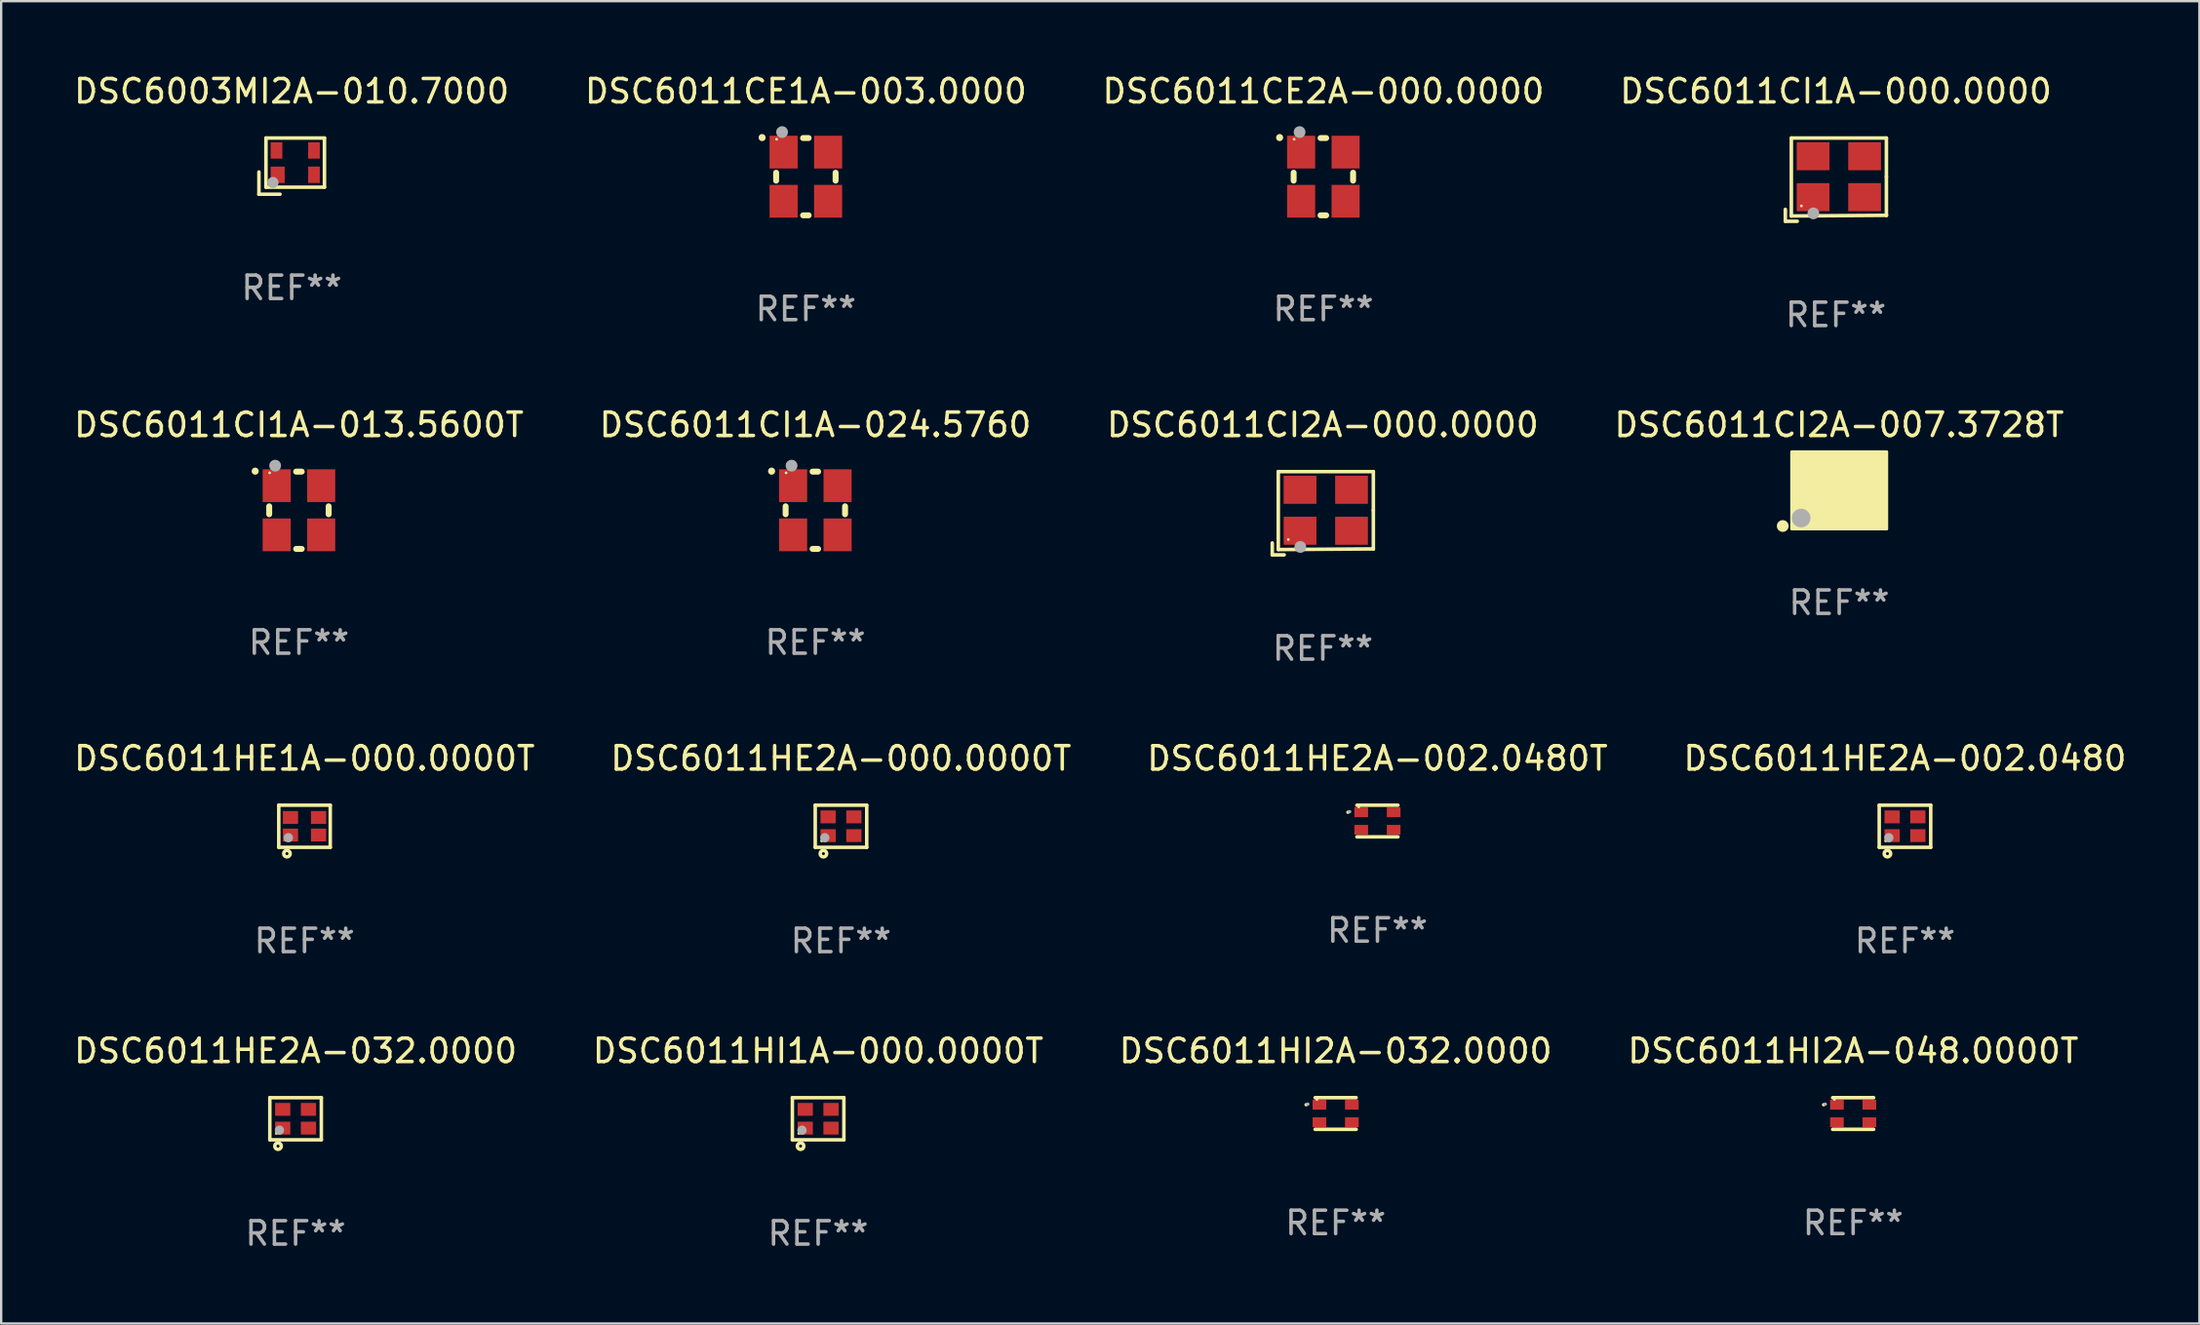
<source format=kicad_pcb>
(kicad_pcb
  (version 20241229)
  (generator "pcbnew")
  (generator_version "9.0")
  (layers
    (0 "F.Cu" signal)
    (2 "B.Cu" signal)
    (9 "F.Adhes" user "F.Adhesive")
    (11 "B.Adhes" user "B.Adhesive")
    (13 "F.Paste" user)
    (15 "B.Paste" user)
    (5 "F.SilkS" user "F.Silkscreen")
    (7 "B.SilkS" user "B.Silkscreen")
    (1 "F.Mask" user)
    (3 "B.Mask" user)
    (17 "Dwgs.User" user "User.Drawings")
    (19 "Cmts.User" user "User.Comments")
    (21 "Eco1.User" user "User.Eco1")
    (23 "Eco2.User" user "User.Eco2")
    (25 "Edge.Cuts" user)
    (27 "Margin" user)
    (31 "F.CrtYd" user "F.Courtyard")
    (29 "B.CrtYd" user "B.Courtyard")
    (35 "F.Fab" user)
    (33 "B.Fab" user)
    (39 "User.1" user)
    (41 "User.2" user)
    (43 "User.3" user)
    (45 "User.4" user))
  (footprint "DSC6011CI1A-013.5600T"
    (layer "F.Cu")
    (at 9.72 18.752)
    (property "Reference" "DSC6011CI1A-013.5600T" (at 0 -3.651 0) (layer "F.SilkS") (effects (font (size 1 1) (thickness 0.15))))
    (attr through_hole)
    (fp_line (start -1.27 -0.169) (end -1.27 0.169) (stroke (width 0.254) (type solid)) (layer "F.SilkS"))
    (fp_line (start 0.119 -1.651) (end -0.119 -1.651) (stroke (width 0.254) (type solid)) (layer "F.SilkS"))
    (fp_line (start 0.119 1.651) (end -0.119 1.651) (stroke (width 0.254) (type solid)) (layer "F.SilkS"))
    (fp_line (start 1.27 -0.169) (end 1.27 0.169) (stroke (width 0.254) (type solid)) (layer "F.SilkS"))
    (fp_arc (start -1.868631 -1.669799) (mid -1.868636 -1.671069) (end -1.868631 -1.672339) (stroke (width 0.3) (type solid)) (layer "F.SilkS"))
    (fp_circle (center -1.25 -1.6) (end -1.22 -1.6) (stroke (width 0.06) (type solid)) (fill no) (layer "F.SilkS"))
    (fp_circle (center -1.016 -1.905) (end -0.889 -1.905) (stroke (width 0.254) (type solid)) (fill no) (layer "F.Fab"))
    (fp_text user "REF**" (at 0 5.651 0) (layer "F.Fab") (effects (font (size 1 1) (thickness 0.15))))
    (pad "1" smd rect (at -0.95 -1.05 90) (size 1.4 1.2) (layers "F.Cu" "F.Mask" "F.Paste"))
    (pad "2" smd rect (at -0.95 1.05 90) (size 1.4 1.2) (layers "F.Cu" "F.Mask" "F.Paste"))
    (pad "3" smd rect (at 0.95 1.05 90) (size 1.4 1.2) (layers "F.Cu" "F.Mask" "F.Paste"))
    (pad "4" smd rect (at 0.95 -1.05 90) (size 1.4 1.2) (layers "F.Cu" "F.Mask" "F.Paste")))
  (footprint "DSC6011HE1A-000.0000T"
    (layer "F.Cu")
    (at 9.958 32.253)
    (property "Reference" "DSC6011HE1A-000.0000T" (at 0 -2.9 0) (layer "F.SilkS") (effects (font (size 1 1) (thickness 0.15))))
    (attr through_hole)
    (fp_line (start -1.1 -0.9) (end -1.1 0.9) (stroke (width 0.15) (type solid)) (layer "F.SilkS"))
    (fp_line (start -1.1 -0.9) (end 1.1 -0.9) (stroke (width 0.15) (type solid)) (layer "F.SilkS"))
    (fp_line (start -1.1 0.9) (end 1.1 0.9) (stroke (width 0.15) (type solid)) (layer "F.SilkS"))
    (fp_line (start 1.1 -0.9) (end 1.1 0.9) (stroke (width 0.15) (type solid)) (layer "F.SilkS"))
    (fp_circle (center -0.8 0.6) (end -0.77 0.6) (stroke (width 0.06) (type solid)) (fill no) (layer "F.SilkS"))
    (fp_circle (center -0.75 1.17) (end -0.686 1.17) (stroke (width 0.15) (type solid)) (fill no) (layer "F.SilkS"))
    (fp_circle (center -0.69 0.49) (end -0.59 0.49) (stroke (width 0.2) (type solid)) (fill no) (layer "F.Fab"))
    (fp_text user "REF**" (at 0 4.9 0) (layer "F.Fab") (effects (font (size 1 1) (thickness 0.15))))
    (pad "1" smd rect (at -0.6 0.375) (size 0.65 0.55) (layers "F.Cu" "F.Mask" "F.Paste"))
    (pad "2" smd rect (at 0.6 0.375) (size 0.65 0.55) (layers "F.Cu" "F.Mask" "F.Paste"))
    (pad "3" smd rect (at 0.6 -0.375) (size 0.65 0.55) (layers "F.Cu" "F.Mask" "F.Paste"))
    (pad "4" smd rect (at -0.6 -0.375) (size 0.65 0.55) (layers "F.Cu" "F.Mask" "F.Paste")))
  (footprint "DSC6003MI2A-010.7000"
    (layer "F.Cu")
    (at 9.411 4.048)
    (property "Reference" "DSC6003MI2A-010.7000" (at 0 -3.2 0) (layer "F.SilkS") (effects (font (size 1 1) (thickness 0.15))))
    (attr through_hole)
    (fp_line (start -1.4 0.25) (end -1.4 1.2) (stroke (width 0.152) (type solid)) (layer "F.SilkS"))
    (fp_line (start -1.4 1.2) (end -0.5 1.2) (stroke (width 0.152) (type solid)) (layer "F.SilkS"))
    (fp_line (start -1.1 -1.2) (end -1.1 0.9) (stroke (width 0.152) (type solid)) (layer "F.SilkS"))
    (fp_line (start -1.1 -1.2) (end 1.4 -1.2) (stroke (width 0.152) (type solid)) (layer "F.SilkS"))
    (fp_line (start -1.1 0.9) (end 1.4 0.9) (stroke (width 0.152) (type solid)) (layer "F.SilkS"))
    (fp_line (start 1.4 0.9) (end 1.4 -1.2) (stroke (width 0.152) (type solid)) (layer "F.SilkS"))
    (fp_circle (center -0.85 0.65) (end -0.82 0.65) (stroke (width 0.06) (type solid)) (fill no) (layer "F.SilkS"))
    (fp_circle (center -0.8 0.7) (end -0.68 0.7) (stroke (width 0.24) (type solid)) (fill no) (layer "F.Fab"))
    (fp_text user "REF**" (at 0 5.2 0) (layer "F.Fab") (effects (font (size 1 1) (thickness 0.15))))
    (pad "1" smd rect (at -0.6 0.37) (size 0.6 0.7) (layers "F.Cu" "F.Mask" "F.Paste"))
    (pad "2" smd rect (at 0.95 0.37) (size 0.5 0.7) (layers "F.Cu" "F.Mask" "F.Paste"))
    (pad "3" smd rect (at 0.95 -0.67) (size 0.5 0.7) (layers "F.Cu" "F.Mask" "F.Paste"))
    (pad "4" smd rect (at -0.65 -0.67) (size 0.5 0.7) (layers "F.Cu" "F.Mask" "F.Paste")))
  (footprint "DSC6011HE2A-002.0480"
    (layer "F.Cu")
    (at 78.327 32.253)
    (property "Reference" "DSC6011HE2A-002.0480" (at 0 -2.9 0) (layer "F.SilkS") (effects (font (size 1 1) (thickness 0.15))))
    (attr through_hole)
    (fp_line (start -1.1 -0.9) (end -1.1 0.9) (stroke (width 0.15) (type solid)) (layer "F.SilkS"))
    (fp_line (start -1.1 -0.9) (end 1.1 -0.9) (stroke (width 0.15) (type solid)) (layer "F.SilkS"))
    (fp_line (start -1.1 0.9) (end 1.1 0.9) (stroke (width 0.15) (type solid)) (layer "F.SilkS"))
    (fp_line (start 1.1 -0.9) (end 1.1 0.9) (stroke (width 0.15) (type solid)) (layer "F.SilkS"))
    (fp_circle (center -0.825 0.625) (end -0.795 0.625) (stroke (width 0.06) (type solid)) (fill no) (layer "F.SilkS"))
    (fp_circle (center -0.75 1.17) (end -0.686 1.17) (stroke (width 0.15) (type solid)) (fill no) (layer "F.SilkS"))
    (fp_circle (center -0.69 0.49) (end -0.59 0.49) (stroke (width 0.2) (type solid)) (fill no) (layer "F.Fab"))
    (fp_text user "REF**" (at 0 4.9 0) (layer "F.Fab") (effects (font (size 1 1) (thickness 0.15))))
    (pad "1" smd rect (at -0.55 0.4) (size 0.65 0.55) (layers "F.Cu" "F.Mask" "F.Paste"))
    (pad "2" smd rect (at 0.55 0.4) (size 0.65 0.55) (layers "F.Cu" "F.Mask" "F.Paste"))
    (pad "3" smd rect (at 0.55 -0.4) (size 0.65 0.55) (layers "F.Cu" "F.Mask" "F.Paste"))
    (pad "4" smd rect (at -0.55 -0.4) (size 0.65 0.55) (layers "F.Cu" "F.Mask" "F.Paste")))
  (footprint "DSC6011CE2A-000.0000"
    (layer "F.Cu")
    (at 53.482 4.499)
    (property "Reference" "DSC6011CE2A-000.0000" (at 0 -3.651 0) (layer "F.SilkS") (effects (font (size 1 1) (thickness 0.15))))
    (attr through_hole)
    (fp_line (start -1.27 -0.169) (end -1.27 0.169) (stroke (width 0.254) (type solid)) (layer "F.SilkS"))
    (fp_line (start 0.119 -1.651) (end -0.119 -1.651) (stroke (width 0.254) (type solid)) (layer "F.SilkS"))
    (fp_line (start 0.119 1.651) (end -0.119 1.651) (stroke (width 0.254) (type solid)) (layer "F.SilkS"))
    (fp_line (start 1.27 -0.169) (end 1.27 0.169) (stroke (width 0.254) (type solid)) (layer "F.SilkS"))
    (fp_arc (start -1.868631 -1.669799) (mid -1.868636 -1.671069) (end -1.868631 -1.672339) (stroke (width 0.3) (type solid)) (layer "F.SilkS"))
    (fp_circle (center -1.25 -1.6) (end -1.22 -1.6) (stroke (width 0.06) (type solid)) (fill no) (layer "F.SilkS"))
    (fp_circle (center -1.016 -1.905) (end -0.889 -1.905) (stroke (width 0.254) (type solid)) (fill no) (layer "F.Fab"))
    (fp_text user "REF**" (at 0 5.651 0) (layer "F.Fab") (effects (font (size 1 1) (thickness 0.15))))
    (pad "1" smd rect (at -0.95 -1.05 90) (size 1.4 1.2) (layers "F.Cu" "F.Mask" "F.Paste"))
    (pad "2" smd rect (at -0.95 1.05 90) (size 1.4 1.2) (layers "F.Cu" "F.Mask" "F.Paste"))
    (pad "3" smd rect (at 0.95 1.05 90) (size 1.4 1.2) (layers "F.Cu" "F.Mask" "F.Paste"))
    (pad "4" smd rect (at 0.95 -1.05 90) (size 1.4 1.2) (layers "F.Cu" "F.Mask" "F.Paste")))
  (footprint "DSC6011HI2A-048.0000T"
    (layer "F.Cu")
    (at 76.113 44.526)
    (property "Reference" "DSC6011HI2A-048.0000T" (at 0 -2.676 0) (layer "F.SilkS") (effects (font (size 1 1) (thickness 0.15))))
    (attr through_hole)
    (fp_line (start -0.876 -0.676) (end 0.876 -0.676) (stroke (width 0.152) (type solid)) (layer "F.SilkS"))
    (fp_line (start -0.876 0.676) (end 0.876 0.676) (stroke (width 0.152) (type solid)) (layer "F.SilkS"))
    (fp_circle (center -1.261 -0.375) (end -1.223 -0.375) (stroke (width 0.075) (type solid)) (fill no) (layer "F.SilkS"))
    (fp_circle (center -0.8 -0.6) (end -0.77 -0.6) (stroke (width 0.06) (type solid)) (fill no) (layer "F.SilkS"))
    (fp_circle (center -1.19 -0.4) (end -1.152 -0.4) (stroke (width 0.075) (type solid)) (fill no) (layer "F.Fab"))
    (fp_text user "REF**" (at 0 4.676 0) (layer "F.Fab") (effects (font (size 1 1) (thickness 0.15))))
    (pad "1" smd rect (at -0.692 -0.375) (size 0.585 0.42) (layers "F.Cu" "F.Mask" "F.Paste"))
    (pad "2" smd rect (at -0.692 0.375) (size 0.585 0.42) (layers "F.Cu" "F.Mask" "F.Paste"))
    (pad "3" smd rect (at 0.692 0.375) (size 0.585 0.42) (layers "F.Cu" "F.Mask" "F.Paste"))
    (pad "4" smd rect (at 0.692 -0.375) (size 0.585 0.42) (layers "F.Cu" "F.Mask" "F.Paste")))
  (footprint "DSC6011CE1A-003.0000"
    (layer "F.Cu")
    (at 31.375 4.499)
    (property "Reference" "DSC6011CE1A-003.0000" (at 0 -3.651 0) (layer "F.SilkS") (effects (font (size 1 1) (thickness 0.15))))
    (attr through_hole)
    (fp_line (start -1.27 -0.169) (end -1.27 0.169) (stroke (width 0.254) (type solid)) (layer "F.SilkS"))
    (fp_line (start 0.119 -1.651) (end -0.119 -1.651) (stroke (width 0.254) (type solid)) (layer "F.SilkS"))
    (fp_line (start 0.119 1.651) (end -0.119 1.651) (stroke (width 0.254) (type solid)) (layer "F.SilkS"))
    (fp_line (start 1.27 -0.169) (end 1.27 0.169) (stroke (width 0.254) (type solid)) (layer "F.SilkS"))
    (fp_arc (start -1.868631 -1.669799) (mid -1.868636 -1.671069) (end -1.868631 -1.672339) (stroke (width 0.3) (type solid)) (layer "F.SilkS"))
    (fp_circle (center -1.25 -1.6) (end -1.22 -1.6) (stroke (width 0.06) (type solid)) (fill no) (layer "F.SilkS"))
    (fp_circle (center -1.016 -1.905) (end -0.889 -1.905) (stroke (width 0.254) (type solid)) (fill no) (layer "F.Fab"))
    (fp_text user "REF**" (at 0 5.651 0) (layer "F.Fab") (effects (font (size 1 1) (thickness 0.15))))
    (pad "1" smd rect (at -0.95 -1.05 90) (size 1.4 1.2) (layers "F.Cu" "F.Mask" "F.Paste"))
    (pad "2" smd rect (at -0.95 1.05 90) (size 1.4 1.2) (layers "F.Cu" "F.Mask" "F.Paste"))
    (pad "3" smd rect (at 0.95 1.05 90) (size 1.4 1.2) (layers "F.Cu" "F.Mask" "F.Paste"))
    (pad "4" smd rect (at 0.95 -1.05 90) (size 1.4 1.2) (layers "F.Cu" "F.Mask" "F.Paste")))
  (footprint "DSC6011HE2A-002.0480T"
    (layer "F.Cu")
    (at 55.792 32.03)
    (property "Reference" "DSC6011HE2A-002.0480T" (at 0 -2.676 0) (layer "F.SilkS") (effects (font (size 1 1) (thickness 0.15))))
    (attr through_hole)
    (fp_line (start -0.876 -0.676) (end 0.876 -0.676) (stroke (width 0.152) (type solid)) (layer "F.SilkS"))
    (fp_line (start -0.876 0.676) (end 0.876 0.676) (stroke (width 0.152) (type solid)) (layer "F.SilkS"))
    (fp_circle (center -1.261 -0.375) (end -1.223 -0.375) (stroke (width 0.075) (type solid)) (fill no) (layer "F.SilkS"))
    (fp_circle (center -0.8 -0.6) (end -0.77 -0.6) (stroke (width 0.06) (type solid)) (fill no) (layer "F.SilkS"))
    (fp_circle (center -1.19 -0.4) (end -1.152 -0.4) (stroke (width 0.075) (type solid)) (fill no) (layer "F.Fab"))
    (fp_text user "REF**" (at 0 4.676 0) (layer "F.Fab") (effects (font (size 1 1) (thickness 0.15))))
    (pad "1" smd rect (at -0.692 -0.375) (size 0.585 0.42) (layers "F.Cu" "F.Mask" "F.Paste"))
    (pad "2" smd rect (at -0.692 0.375) (size 0.585 0.42) (layers "F.Cu" "F.Mask" "F.Paste"))
    (pad "3" smd rect (at 0.692 0.375) (size 0.585 0.42) (layers "F.Cu" "F.Mask" "F.Paste"))
    (pad "4" smd rect (at 0.692 -0.375) (size 0.585 0.42) (layers "F.Cu" "F.Mask" "F.Paste")))
  (footprint "DSC6011HE2A-032.0000"
    (layer "F.Cu")
    (at 9.577 44.75)
    (property "Reference" "DSC6011HE2A-032.0000" (at 0 -2.9 0) (layer "F.SilkS") (effects (font (size 1 1) (thickness 0.15))))
    (attr through_hole)
    (fp_line (start -1.1 -0.9) (end -1.1 0.9) (stroke (width 0.15) (type solid)) (layer "F.SilkS"))
    (fp_line (start -1.1 -0.9) (end 1.1 -0.9) (stroke (width 0.15) (type solid)) (layer "F.SilkS"))
    (fp_line (start -1.1 0.9) (end 1.1 0.9) (stroke (width 0.15) (type solid)) (layer "F.SilkS"))
    (fp_line (start 1.1 -0.9) (end 1.1 0.9) (stroke (width 0.15) (type solid)) (layer "F.SilkS"))
    (fp_circle (center -0.825 0.625) (end -0.795 0.625) (stroke (width 0.06) (type solid)) (fill no) (layer "F.SilkS"))
    (fp_circle (center -0.75 1.17) (end -0.686 1.17) (stroke (width 0.15) (type solid)) (fill no) (layer "F.SilkS"))
    (fp_circle (center -0.69 0.49) (end -0.59 0.49) (stroke (width 0.2) (type solid)) (fill no) (layer "F.Fab"))
    (fp_text user "REF**" (at 0 4.9 0) (layer "F.Fab") (effects (font (size 1 1) (thickness 0.15))))
    (pad "1" smd rect (at -0.55 0.4) (size 0.65 0.55) (layers "F.Cu" "F.Mask" "F.Paste"))
    (pad "2" smd rect (at 0.55 0.4) (size 0.65 0.55) (layers "F.Cu" "F.Mask" "F.Paste"))
    (pad "3" smd rect (at 0.55 -0.4) (size 0.65 0.55) (layers "F.Cu" "F.Mask" "F.Paste"))
    (pad "4" smd rect (at -0.55 -0.4) (size 0.65 0.55) (layers "F.Cu" "F.Mask" "F.Paste")))
  (footprint "DSC6011HI1A-000.0000T"
    (layer "F.Cu")
    (at 31.899 44.75)
    (property "Reference" "DSC6011HI1A-000.0000T" (at 0 -2.9 0) (layer "F.SilkS") (effects (font (size 1 1) (thickness 0.15))))
    (attr through_hole)
    (fp_line (start -1.1 -0.9) (end -1.1 0.9) (stroke (width 0.15) (type solid)) (layer "F.SilkS"))
    (fp_line (start -1.1 -0.9) (end 1.1 -0.9) (stroke (width 0.15) (type solid)) (layer "F.SilkS"))
    (fp_line (start -1.1 0.9) (end 1.1 0.9) (stroke (width 0.15) (type solid)) (layer "F.SilkS"))
    (fp_line (start 1.1 -0.9) (end 1.1 0.9) (stroke (width 0.15) (type solid)) (layer "F.SilkS"))
    (fp_circle (center -0.825 0.625) (end -0.795 0.625) (stroke (width 0.06) (type solid)) (fill no) (layer "F.SilkS"))
    (fp_circle (center -0.75 1.17) (end -0.686 1.17) (stroke (width 0.15) (type solid)) (fill no) (layer "F.SilkS"))
    (fp_circle (center -0.69 0.49) (end -0.59 0.49) (stroke (width 0.2) (type solid)) (fill no) (layer "F.Fab"))
    (fp_text user "REF**" (at 0 4.9 0) (layer "F.Fab") (effects (font (size 1 1) (thickness 0.15))))
    (pad "1" smd rect (at -0.55 0.4) (size 0.65 0.55) (layers "F.Cu" "F.Mask" "F.Paste"))
    (pad "2" smd rect (at 0.55 0.4) (size 0.65 0.55) (layers "F.Cu" "F.Mask" "F.Paste"))
    (pad "3" smd rect (at 0.55 -0.4) (size 0.65 0.55) (layers "F.Cu" "F.Mask" "F.Paste"))
    (pad "4" smd rect (at -0.55 -0.4) (size 0.65 0.55) (layers "F.Cu" "F.Mask" "F.Paste")))
  (footprint "DSC6011CI2A-007.3728T"
    (layer "F.Cu")
    (at 75.518 17.901)
    (property "Reference" "DSC6011CI2A-007.3728T" (at 0 -2.8 0) (layer "F.SilkS") (effects (font (size 1 1) (thickness 0.15))))
    (attr through_hole)
    (fp_circle (center -2.413 1.524) (end -2.286 1.524) (stroke (width 0.254) (type solid)) (fill no) (layer "F.SilkS"))
    (fp_circle (center -1.6 1.25) (end -1.57 1.25) (stroke (width 0.06) (type solid)) (fill no) (layer "F.SilkS"))
    (fp_poly (pts (xy -2.032 -1.651) (xy 2.032 -1.651) (xy 2.032 1.651) (xy -2.032 1.651)) (stroke (width 0.12) (type solid)) (fill yes) (layer "F.SilkS"))
    (fp_circle (center -1.627 1.185) (end -1.427 1.185) (stroke (width 0.4) (type solid)) (fill no) (layer "F.Fab"))
    (fp_text user "REF**" (at 0 4.8 0) (layer "F.Fab") (effects (font (size 1 1) (thickness 0.15))))
    (pad "1" smd rect (at -1.05 0.8) (size 1.4 1.2) (layers "F.Cu" "F.Mask" "F.Paste"))
    (pad "2" smd rect (at 1.05 0.8) (size 1.4 1.2) (layers "F.Cu" "F.Mask" "F.Paste"))
    (pad "3" smd rect (at 1.05 -0.8) (size 1.4 1.2) (layers "F.Cu" "F.Mask" "F.Paste"))
    (pad "4" smd rect (at -1.05 -0.8) (size 1.4 1.2) (layers "F.Cu" "F.Mask" "F.Paste")))
  (footprint "DSC6011HI2A-032.0000"
    (layer "F.Cu")
    (at 54.006 44.526)
    (property "Reference" "DSC6011HI2A-032.0000" (at 0 -2.676 0) (layer "F.SilkS") (effects (font (size 1 1) (thickness 0.15))))
    (attr through_hole)
    (fp_line (start -0.876 -0.676) (end 0.876 -0.676) (stroke (width 0.152) (type solid)) (layer "F.SilkS"))
    (fp_line (start -0.876 0.676) (end 0.876 0.676) (stroke (width 0.152) (type solid)) (layer "F.SilkS"))
    (fp_circle (center -1.261 -0.375) (end -1.223 -0.375) (stroke (width 0.075) (type solid)) (fill no) (layer "F.SilkS"))
    (fp_circle (center -0.8 -0.6) (end -0.77 -0.6) (stroke (width 0.06) (type solid)) (fill no) (layer "F.SilkS"))
    (fp_circle (center -1.19 -0.4) (end -1.152 -0.4) (stroke (width 0.075) (type solid)) (fill no) (layer "F.Fab"))
    (fp_text user "REF**" (at 0 4.676 0) (layer "F.Fab") (effects (font (size 1 1) (thickness 0.15))))
    (pad "1" smd rect (at -0.692 -0.375) (size 0.585 0.42) (layers "F.Cu" "F.Mask" "F.Paste"))
    (pad "2" smd rect (at -0.692 0.375) (size 0.585 0.42) (layers "F.Cu" "F.Mask" "F.Paste"))
    (pad "3" smd rect (at 0.692 0.375) (size 0.585 0.42) (layers "F.Cu" "F.Mask" "F.Paste"))
    (pad "4" smd rect (at 0.692 -0.375) (size 0.585 0.42) (layers "F.Cu" "F.Mask" "F.Paste")))
  (footprint "DSC6011CI2A-000.0000"
    (layer "F.Cu")
    (at 53.458 18.879)
    (property "Reference" "DSC6011CI2A-000.0000" (at 0 -3.778 0) (layer "F.SilkS") (effects (font (size 1 1) (thickness 0.15))))
    (attr through_hole)
    (fp_line (start -2.159 1.27) (end -2.159 1.778) (stroke (width 0.152) (type solid)) (layer "F.SilkS"))
    (fp_line (start -2.159 1.778) (end -1.651 1.778) (stroke (width 0.152) (type solid)) (layer "F.SilkS"))
    (fp_line (start -1.902 -1.778) (end 2.159 -1.778) (stroke (width 0.152) (type solid)) (layer "F.SilkS"))
    (fp_line (start -1.902 1.552) (end -1.902 -1.778) (stroke (width 0.152) (type solid)) (layer "F.SilkS"))
    (fp_line (start 2.159 -1.778) (end 2.159 -0.127) (stroke (width 0.152) (type solid)) (layer "F.SilkS"))
    (fp_line (start 2.159 -0.127) (end 2.159 1.524) (stroke (width 0.152) (type solid)) (layer "F.SilkS"))
    (fp_line (start 2.159 1.524) (end -1.902 1.552) (stroke (width 0.152) (type solid)) (layer "F.SilkS"))
    (fp_line (start 2.159 1.524) (end 2.159 1.524) (stroke (width 0.152) (type solid)) (layer "F.SilkS"))
    (fp_circle (center -1.473 1.123) (end -1.443 1.123) (stroke (width 0.06) (type solid)) (fill no) (layer "F.SilkS"))
    (fp_circle (center -0.961 1.44) (end -0.834 1.44) (stroke (width 0.254) (type solid)) (fill no) (layer "F.Fab"))
    (fp_text user "REF**" (at 0 5.778 0) (layer "F.Fab") (effects (font (size 1 1) (thickness 0.15))))
    (pad "1" smd rect (at -0.973 0.748) (size 1.4 1.2) (layers "F.Cu" "F.Mask" "F.Paste"))
    (pad "2" smd rect (at 1.227 0.748) (size 1.4 1.2) (layers "F.Cu" "F.Mask" "F.Paste"))
    (pad "3" smd rect (at 1.227 -1.002) (size 1.4 1.2) (layers "F.Cu" "F.Mask" "F.Paste"))
    (pad "4" smd rect (at -0.973 -1.002) (size 1.4 1.2) (layers "F.Cu" "F.Mask" "F.Paste")))
  (footprint "DSC6011CI1A-000.0000"
    (layer "F.Cu")
    (at 75.375 4.626)
    (property "Reference" "DSC6011CI1A-000.0000" (at 0 -3.778 0) (layer "F.SilkS") (effects (font (size 1 1) (thickness 0.15))))
    (attr through_hole)
    (fp_line (start -2.159 1.27) (end -2.159 1.778) (stroke (width 0.152) (type solid)) (layer "F.SilkS"))
    (fp_line (start -2.159 1.778) (end -1.651 1.778) (stroke (width 0.152) (type solid)) (layer "F.SilkS"))
    (fp_line (start -1.902 -1.778) (end 2.159 -1.778) (stroke (width 0.152) (type solid)) (layer "F.SilkS"))
    (fp_line (start -1.902 1.552) (end -1.902 -1.778) (stroke (width 0.152) (type solid)) (layer "F.SilkS"))
    (fp_line (start 2.159 -1.778) (end 2.159 -0.127) (stroke (width 0.152) (type solid)) (layer "F.SilkS"))
    (fp_line (start 2.159 -0.127) (end 2.159 1.524) (stroke (width 0.152) (type solid)) (layer "F.SilkS"))
    (fp_line (start 2.159 1.524) (end -1.902 1.552) (stroke (width 0.152) (type solid)) (layer "F.SilkS"))
    (fp_line (start 2.159 1.524) (end 2.159 1.524) (stroke (width 0.152) (type solid)) (layer "F.SilkS"))
    (fp_circle (center -1.473 1.123) (end -1.443 1.123) (stroke (width 0.06) (type solid)) (fill no) (layer "F.SilkS"))
    (fp_circle (center -0.961 1.44) (end -0.834 1.44) (stroke (width 0.254) (type solid)) (fill no) (layer "F.Fab"))
    (fp_text user "REF**" (at 0 5.778 0) (layer "F.Fab") (effects (font (size 1 1) (thickness 0.15))))
    (pad "1" smd rect (at -0.973 0.748) (size 1.4 1.2) (layers "F.Cu" "F.Mask" "F.Paste"))
    (pad "2" smd rect (at 1.227 0.748) (size 1.4 1.2) (layers "F.Cu" "F.Mask" "F.Paste"))
    (pad "3" smd rect (at 1.227 -1.002) (size 1.4 1.2) (layers "F.Cu" "F.Mask" "F.Paste"))
    (pad "4" smd rect (at -0.973 -1.002) (size 1.4 1.2) (layers "F.Cu" "F.Mask" "F.Paste")))
  (footprint "DSC6011CI1A-024.5760"
    (layer "F.Cu")
    (at 31.78 18.752)
    (property "Reference" "DSC6011CI1A-024.5760" (at 0 -3.651 0) (layer "F.SilkS") (effects (font (size 1 1) (thickness 0.15))))
    (attr through_hole)
    (fp_line (start -1.27 -0.169) (end -1.27 0.169) (stroke (width 0.254) (type solid)) (layer "F.SilkS"))
    (fp_line (start 0.119 -1.651) (end -0.119 -1.651) (stroke (width 0.254) (type solid)) (layer "F.SilkS"))
    (fp_line (start 0.119 1.651) (end -0.119 1.651) (stroke (width 0.254) (type solid)) (layer "F.SilkS"))
    (fp_line (start 1.27 -0.169) (end 1.27 0.169) (stroke (width 0.254) (type solid)) (layer "F.SilkS"))
    (fp_arc (start -1.868631 -1.669799) (mid -1.868636 -1.671069) (end -1.868631 -1.672339) (stroke (width 0.3) (type solid)) (layer "F.SilkS"))
    (fp_circle (center -1.25 -1.6) (end -1.22 -1.6) (stroke (width 0.06) (type solid)) (fill no) (layer "F.SilkS"))
    (fp_circle (center -1.016 -1.905) (end -0.889 -1.905) (stroke (width 0.254) (type solid)) (fill no) (layer "F.Fab"))
    (fp_text user "REF**" (at 0 5.651 0) (layer "F.Fab") (effects (font (size 1 1) (thickness 0.15))))
    (pad "1" smd rect (at -0.95 -1.05 90) (size 1.4 1.2) (layers "F.Cu" "F.Mask" "F.Paste"))
    (pad "2" smd rect (at -0.95 1.05 90) (size 1.4 1.2) (layers "F.Cu" "F.Mask" "F.Paste"))
    (pad "3" smd rect (at 0.95 1.05 90) (size 1.4 1.2) (layers "F.Cu" "F.Mask" "F.Paste"))
    (pad "4" smd rect (at 0.95 -1.05 90) (size 1.4 1.2) (layers "F.Cu" "F.Mask" "F.Paste")))
  (footprint "DSC6011HE2A-000.0000T"
    (layer "F.Cu")
    (at 32.875 32.253)
    (property "Reference" "DSC6011HE2A-000.0000T" (at 0 -2.9 0) (layer "F.SilkS") (effects (font (size 1 1) (thickness 0.15))))
    (attr through_hole)
    (fp_line (start -1.1 -0.9) (end -1.1 0.9) (stroke (width 0.15) (type solid)) (layer "F.SilkS"))
    (fp_line (start -1.1 -0.9) (end 1.1 -0.9) (stroke (width 0.15) (type solid)) (layer "F.SilkS"))
    (fp_line (start -1.1 0.9) (end 1.1 0.9) (stroke (width 0.15) (type solid)) (layer "F.SilkS"))
    (fp_line (start 1.1 -0.9) (end 1.1 0.9) (stroke (width 0.15) (type solid)) (layer "F.SilkS"))
    (fp_circle (center -0.825 0.625) (end -0.795 0.625) (stroke (width 0.06) (type solid)) (fill no) (layer "F.SilkS"))
    (fp_circle (center -0.75 1.17) (end -0.686 1.17) (stroke (width 0.15) (type solid)) (fill no) (layer "F.SilkS"))
    (fp_circle (center -0.69 0.49) (end -0.59 0.49) (stroke (width 0.2) (type solid)) (fill no) (layer "F.Fab"))
    (fp_text user "REF**" (at 0 4.9 0) (layer "F.Fab") (effects (font (size 1 1) (thickness 0.15))))
    (pad "1" smd rect (at -0.55 0.4) (size 0.65 0.55) (layers "F.Cu" "F.Mask" "F.Paste"))
    (pad "2" smd rect (at 0.55 0.4) (size 0.65 0.55) (layers "F.Cu" "F.Mask" "F.Paste"))
    (pad "3" smd rect (at 0.55 -0.4) (size 0.65 0.55) (layers "F.Cu" "F.Mask" "F.Paste"))
    (pad "4" smd rect (at -0.55 -0.4) (size 0.65 0.55) (layers "F.Cu" "F.Mask" "F.Paste")))
  (gr_rect
    (start -3 -3)
    (end 90.905 53.498)
    (stroke (width 0.1) (type default))
    (fill no)
    (layer "Edge.Cuts")))
</source>
